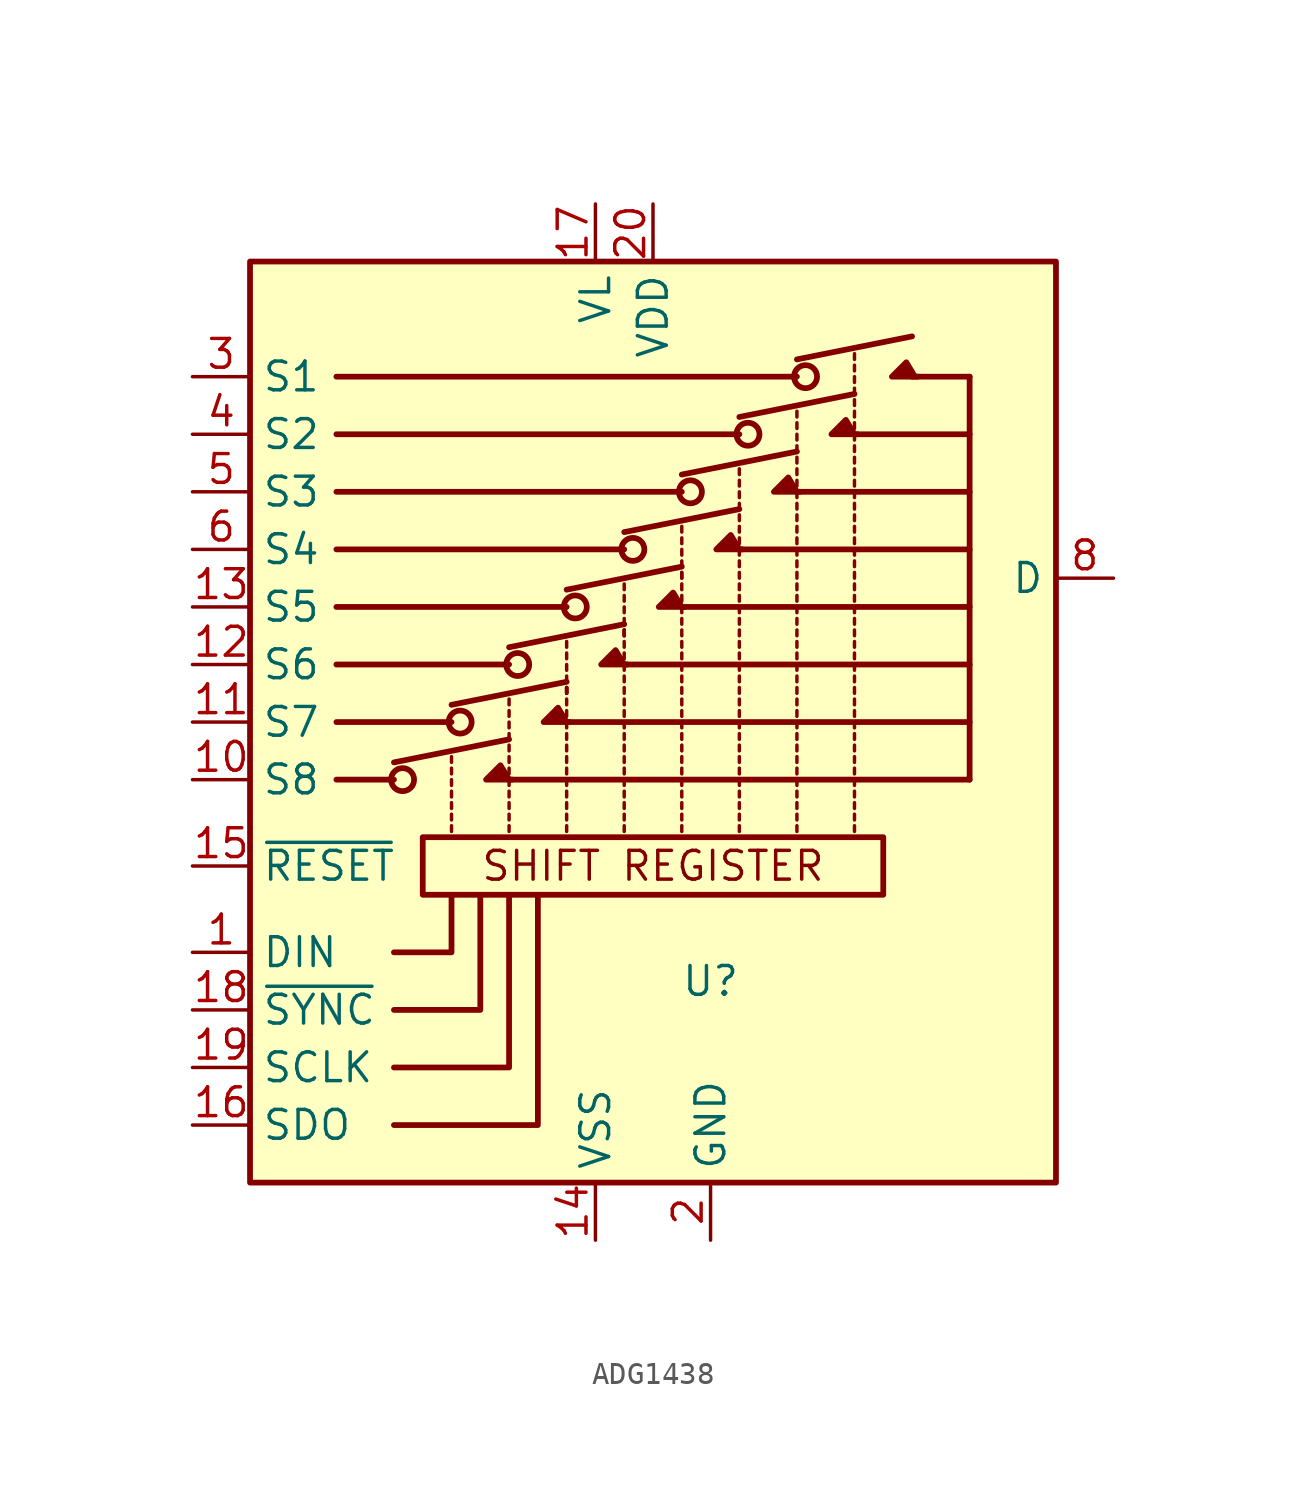
<source format=kicad_sym>
(kicad_symbol_lib
  (version 20220914)
  (generator kicad_symbol_editor)
  (symbol "ADG1438"
    (property "Reference" "U"
      (at 2.54 -12.7 0)
      (effects (font (size 1.27 1.27))))
    (property "Value" ""
      (at 0 0 0)
      (effects (font (size 1.27 1.27))))
    (symbol "ADG1438_1_0"
      (polyline (pts (xy -11.43 -19.05) (xy -5.08 -19.05) (xy -5.08 -8.89)) (stroke (width 0.254) (type default)) (fill (type none)))
      (polyline (pts (xy -11.43 -16.51) (xy -6.35 -16.51) (xy -6.35 -8.89)) (stroke (width 0.254) (type default)) (fill (type none)))
      (polyline (pts (xy -11.43 -11.43) (xy -8.89 -11.43) (xy -8.89 -8.89)) (stroke (width 0.254) (type default)) (fill (type none)))
      (polyline (pts (xy -11.43 -13.97) (xy -7.62 -13.97) (xy -7.62 -11.43) (xy -7.62 -8.89)) (stroke (width 0.254) (type default)) (fill (type none)))
      (polyline (pts (xy -6.223 -3.81) (xy -7.366 -3.81) (xy -6.731 -3.175) (xy -6.35 -3.81)) (stroke (width 0.254) (type default)) (fill (type outline)))
      (polyline (pts (xy -3.683 -1.27) (xy -4.826 -1.27) (xy -4.191 -0.635) (xy -3.81 -1.27)) (stroke (width 0.254) (type default)) (fill (type outline)))
      (polyline (pts (xy -1.143 1.27) (xy -2.286 1.27) (xy -1.651 1.905) (xy -1.27 1.27)) (stroke (width 0.254) (type default)) (fill (type outline)))
      (polyline (pts (xy 1.397 3.81) (xy 0.254 3.81) (xy 0.889 4.445) (xy 1.27 3.81)) (stroke (width 0.254) (type default)) (fill (type outline)))
      (polyline (pts (xy 3.937 6.35) (xy 2.794 6.35) (xy 3.429 6.985) (xy 3.81 6.35)) (stroke (width 0.254) (type default)) (fill (type outline)))
      (polyline (pts (xy 6.477 8.89) (xy 5.334 8.89) (xy 5.969 9.525) (xy 6.35 8.89)) (stroke (width 0.254) (type default)) (fill (type outline)))
      (polyline (pts (xy 9.017 11.43) (xy 7.874 11.43) (xy 8.509 12.065) (xy 8.89 11.43)) (stroke (width 0.254) (type default)) (fill (type outline)))
      (polyline (pts (xy 11.684 13.97) (xy 10.541 13.97) (xy 11.176 14.605) (xy 11.557 13.97)) (stroke (width 0.254) (type default)) (fill (type outline)))
      (text "SHIFT REGISTER" (at 0 -7.62 0) (effects (font (size 1.27 1.27)))))
    (symbol "ADG1438_1_1"
      (rectangle (start -17.78 19.05) (end 17.78 -21.59) (stroke (width 0.254) (type default)) (fill (type background)))
      (circle (center -11.049 -3.81) (radius 0.508) (stroke (width 0.254) (type default)) (fill (type none)))
      (rectangle (start -10.16 -6.35) (end 10.16 -8.89) (stroke (width 0.254) (type default)) (fill (type none)))
      (circle (center -8.509 -1.27) (radius 0.508) (stroke (width 0.254) (type default)) (fill (type none)))
      (circle (center -5.969 1.27) (radius 0.508) (stroke (width 0.254) (type default)) (fill (type none)))
      (circle (center -3.429 3.81) (radius 0.508) (stroke (width 0.254) (type default)) (fill (type none)))
      (circle (center -0.889 6.35) (radius 0.508) (stroke (width 0.254) (type default)) (fill (type none)))
      (polyline (pts (xy -11.43 -3.81) (xy -13.97 -3.81)) (stroke (width 0.254) (type default)) (fill (type none)))
      (polyline (pts (xy -11.43 -3.048) (xy -6.35 -2.032)) (stroke (width 0.254) (type default)) (fill (type none)))
      (polyline (pts (xy -8.89 -6.096) (xy -8.89 -5.842)) (stroke (width 0) (type default)) (fill (type none)))
      (polyline (pts (xy -8.89 -5.588) (xy -8.89 -5.334)) (stroke (width 0) (type default)) (fill (type none)))
      (polyline (pts (xy -8.89 -5.08) (xy -8.89 -4.826)) (stroke (width 0) (type default)) (fill (type none)))
      (polyline (pts (xy -8.89 -4.572) (xy -8.89 -4.318)) (stroke (width 0) (type default)) (fill (type none)))
      (polyline (pts (xy -8.89 -4.064) (xy -8.89 -3.81)) (stroke (width 0) (type default)) (fill (type none)))
      (polyline (pts (xy -8.89 -3.556) (xy -8.89 -3.302)) (stroke (width 0) (type default)) (fill (type none)))
      (polyline (pts (xy -8.89 -3.048) (xy -8.89 -2.794)) (stroke (width 0) (type default)) (fill (type none)))
      (polyline (pts (xy -8.89 -1.27) (xy -13.97 -1.27)) (stroke (width 0.254) (type default)) (fill (type none)))
      (polyline (pts (xy -8.89 -0.508) (xy -3.81 0.508)) (stroke (width 0.254) (type default)) (fill (type none)))
      (polyline (pts (xy -6.35 -6.096) (xy -6.35 -5.842)) (stroke (width 0) (type default)) (fill (type none)))
      (polyline (pts (xy -6.35 -5.588) (xy -6.35 -5.334)) (stroke (width 0) (type default)) (fill (type none)))
      (polyline (pts (xy -6.35 -5.08) (xy -6.35 -4.826)) (stroke (width 0) (type default)) (fill (type none)))
      (polyline (pts (xy -6.35 -4.572) (xy -6.35 -4.318)) (stroke (width 0) (type default)) (fill (type none)))
      (polyline (pts (xy -6.35 -4.064) (xy -6.35 -3.81)) (stroke (width 0) (type default)) (fill (type none)))
      (polyline (pts (xy -6.35 -3.81) (xy 13.97 -3.81)) (stroke (width 0.254) (type default)) (fill (type none)))
      (polyline (pts (xy -6.35 -3.556) (xy -6.35 -3.302)) (stroke (width 0) (type default)) (fill (type none)))
      (polyline (pts (xy -6.35 -3.048) (xy -6.35 -2.794)) (stroke (width 0) (type default)) (fill (type none)))
      (polyline (pts (xy -6.35 -2.54) (xy -6.35 -2.286)) (stroke (width 0) (type default)) (fill (type none)))
      (polyline (pts (xy -6.35 -2.032) (xy -6.35 -1.778)) (stroke (width 0) (type default)) (fill (type none)))
      (polyline (pts (xy -6.35 -1.524) (xy -6.35 -1.27)) (stroke (width 0) (type default)) (fill (type none)))
      (polyline (pts (xy -6.35 -1.016) (xy -6.35 -0.762)) (stroke (width 0) (type default)) (fill (type none)))
      (polyline (pts (xy -6.35 -0.508) (xy -6.35 -0.254)) (stroke (width 0) (type default)) (fill (type none)))
      (polyline (pts (xy -6.35 1.27) (xy -13.97 1.27)) (stroke (width 0.254) (type default)) (fill (type none)))
      (polyline (pts (xy -6.35 2.032) (xy -1.27 3.048)) (stroke (width 0.254) (type default)) (fill (type none)))
      (polyline (pts (xy -3.81 -6.096) (xy -3.81 -5.842)) (stroke (width 0) (type default)) (fill (type none)))
      (polyline (pts (xy -3.81 -5.588) (xy -3.81 -5.334)) (stroke (width 0) (type default)) (fill (type none)))
      (polyline (pts (xy -3.81 -5.08) (xy -3.81 -4.826)) (stroke (width 0) (type default)) (fill (type none)))
      (polyline (pts (xy -3.81 -4.572) (xy -3.81 -4.318)) (stroke (width 0) (type default)) (fill (type none)))
      (polyline (pts (xy -3.81 -4.064) (xy -3.81 -3.81)) (stroke (width 0) (type default)) (fill (type none)))
      (polyline (pts (xy -3.81 -3.556) (xy -3.81 -3.302)) (stroke (width 0) (type default)) (fill (type none)))
      (polyline (pts (xy -3.81 -3.048) (xy -3.81 -2.794)) (stroke (width 0) (type default)) (fill (type none)))
      (polyline (pts (xy -3.81 -2.54) (xy -3.81 -2.286)) (stroke (width 0) (type default)) (fill (type none)))
      (polyline (pts (xy -3.81 -2.032) (xy -3.81 -1.778)) (stroke (width 0) (type default)) (fill (type none)))
      (polyline (pts (xy -3.81 -1.524) (xy -3.81 -1.27)) (stroke (width 0) (type default)) (fill (type none)))
      (polyline (pts (xy -3.81 -1.27) (xy 13.97 -1.27)) (stroke (width 0.254) (type default)) (fill (type none)))
      (polyline (pts (xy -3.81 -1.016) (xy -3.81 -0.762)) (stroke (width 0) (type default)) (fill (type none)))
      (polyline (pts (xy -3.81 -0.508) (xy -3.81 -0.254)) (stroke (width 0) (type default)) (fill (type none)))
      (polyline (pts (xy -3.81 0) (xy -3.81 0.254)) (stroke (width 0) (type default)) (fill (type none)))
      (polyline (pts (xy -3.81 0) (xy -3.81 0.254)) (stroke (width 0) (type default)) (fill (type none)))
      (polyline (pts (xy -3.81 0) (xy -3.81 0.254)) (stroke (width 0) (type default)) (fill (type none)))
      (polyline (pts (xy -3.81 0) (xy -3.81 0.254)) (stroke (width 0) (type default)) (fill (type none)))
      (polyline (pts (xy -3.81 0.508) (xy -3.81 0.762)) (stroke (width 0) (type default)) (fill (type none)))
      (polyline (pts (xy -3.81 1.016) (xy -3.81 1.27)) (stroke (width 0) (type default)) (fill (type none)))
      (polyline (pts (xy -3.81 1.524) (xy -3.81 1.778)) (stroke (width 0) (type default)) (fill (type none)))
      (polyline (pts (xy -3.81 2.032) (xy -3.81 2.286)) (stroke (width 0) (type default)) (fill (type none)))
      (polyline (pts (xy -3.81 3.81) (xy -13.97 3.81)) (stroke (width 0.254) (type default)) (fill (type none)))
      (polyline (pts (xy -3.81 4.572) (xy 1.27 5.588)) (stroke (width 0.254) (type default)) (fill (type none)))
      (polyline (pts (xy -1.27 -6.096) (xy -1.27 -5.842)) (stroke (width 0) (type default)) (fill (type none)))
      (polyline (pts (xy -1.27 -5.588) (xy -1.27 -5.334)) (stroke (width 0) (type default)) (fill (type none)))
      (polyline (pts (xy -1.27 -5.08) (xy -1.27 -4.826)) (stroke (width 0) (type default)) (fill (type none)))
      (polyline (pts (xy -1.27 -4.572) (xy -1.27 -4.318)) (stroke (width 0) (type default)) (fill (type none)))
      (polyline (pts (xy -1.27 -4.064) (xy -1.27 -3.81)) (stroke (width 0) (type default)) (fill (type none)))
      (polyline (pts (xy -1.27 -3.556) (xy -1.27 -3.302)) (stroke (width 0) (type default)) (fill (type none)))
      (polyline (pts (xy -1.27 -3.048) (xy -1.27 -2.794)) (stroke (width 0) (type default)) (fill (type none)))
      (polyline (pts (xy -1.27 -2.54) (xy -1.27 -2.286)) (stroke (width 0) (type default)) (fill (type none)))
      (polyline (pts (xy -1.27 -2.032) (xy -1.27 -1.778)) (stroke (width 0) (type default)) (fill (type none)))
      (polyline (pts (xy -1.27 -1.524) (xy -1.27 -1.27)) (stroke (width 0) (type default)) (fill (type none)))
      (polyline (pts (xy -1.27 -1.016) (xy -1.27 -0.762)) (stroke (width 0) (type default)) (fill (type none)))
      (polyline (pts (xy -1.27 -0.508) (xy -1.27 -0.254)) (stroke (width 0) (type default)) (fill (type none)))
      (polyline (pts (xy -1.27 0) (xy -1.27 0.254)) (stroke (width 0) (type default)) (fill (type none)))
      (polyline (pts (xy -1.27 0.508) (xy -1.27 0.762)) (stroke (width 0) (type default)) (fill (type none)))
      (polyline (pts (xy -1.27 1.016) (xy -1.27 1.27)) (stroke (width 0) (type default)) (fill (type none)))
      (polyline (pts (xy -1.27 1.27) (xy 13.97 1.27)) (stroke (width 0.254) (type default)) (fill (type none)))
      (polyline (pts (xy -1.27 1.524) (xy -1.27 1.778)) (stroke (width 0) (type default)) (fill (type none)))
      (polyline (pts (xy -1.27 2.032) (xy -1.27 2.286)) (stroke (width 0) (type default)) (fill (type none)))
      (polyline (pts (xy -1.27 2.54) (xy -1.27 2.794)) (stroke (width 0) (type default)) (fill (type none)))
      (polyline (pts (xy -1.27 2.54) (xy -1.27 2.794)) (stroke (width 0) (type default)) (fill (type none)))
      (polyline (pts (xy -1.27 2.54) (xy -1.27 2.794)) (stroke (width 0) (type default)) (fill (type none)))
      (polyline (pts (xy -1.27 3.048) (xy -1.27 3.302)) (stroke (width 0) (type default)) (fill (type none)))
      (polyline (pts (xy -1.27 3.556) (xy -1.27 3.81)) (stroke (width 0) (type default)) (fill (type none)))
      (polyline (pts (xy -1.27 4.064) (xy -1.27 4.318)) (stroke (width 0) (type default)) (fill (type none)))
      (polyline (pts (xy -1.27 4.572) (xy -1.27 4.826)) (stroke (width 0) (type default)) (fill (type none)))
      (polyline (pts (xy -1.27 6.35) (xy -13.97 6.35)) (stroke (width 0.254) (type default)) (fill (type none)))
      (polyline (pts (xy -1.27 7.112) (xy 3.81 8.128)) (stroke (width 0.254) (type default)) (fill (type none)))
      (polyline (pts (xy 1.27 -6.096) (xy 1.27 -5.842)) (stroke (width 0) (type default)) (fill (type none)))
      (polyline (pts (xy 1.27 -5.588) (xy 1.27 -5.334)) (stroke (width 0) (type default)) (fill (type none)))
      (polyline (pts (xy 1.27 -5.08) (xy 1.27 -4.826)) (stroke (width 0) (type default)) (fill (type none)))
      (polyline (pts (xy 1.27 -4.572) (xy 1.27 -4.318)) (stroke (width 0) (type default)) (fill (type none)))
      (polyline (pts (xy 1.27 -4.064) (xy 1.27 -3.81)) (stroke (width 0) (type default)) (fill (type none)))
      (polyline (pts (xy 1.27 -3.556) (xy 1.27 -3.302)) (stroke (width 0) (type default)) (fill (type none)))
      (polyline (pts (xy 1.27 -3.048) (xy 1.27 -2.794)) (stroke (width 0) (type default)) (fill (type none)))
      (polyline (pts (xy 1.27 -2.54) (xy 1.27 -2.286)) (stroke (width 0) (type default)) (fill (type none)))
      (polyline (pts (xy 1.27 -2.032) (xy 1.27 -1.778)) (stroke (width 0) (type default)) (fill (type none)))
      (polyline (pts (xy 1.27 -1.524) (xy 1.27 -1.27)) (stroke (width 0) (type default)) (fill (type none)))
      (polyline (pts (xy 1.27 -1.016) (xy 1.27 -0.762)) (stroke (width 0) (type default)) (fill (type none)))
      (polyline (pts (xy 1.27 -0.508) (xy 1.27 -0.254)) (stroke (width 0) (type default)) (fill (type none)))
      (polyline (pts (xy 1.27 0) (xy 1.27 0.254)) (stroke (width 0) (type default)) (fill (type none)))
      (polyline (pts (xy 1.27 0.508) (xy 1.27 0.762)) (stroke (width 0) (type default)) (fill (type none)))
      (polyline (pts (xy 1.27 1.016) (xy 1.27 1.27)) (stroke (width 0) (type default)) (fill (type none)))
      (polyline (pts (xy 1.27 1.524) (xy 1.27 1.778)) (stroke (width 0) (type default)) (fill (type none)))
      (polyline (pts (xy 1.27 2.032) (xy 1.27 2.286)) (stroke (width 0) (type default)) (fill (type none)))
      (polyline (pts (xy 1.27 2.54) (xy 1.27 2.794)) (stroke (width 0) (type default)) (fill (type none)))
      (polyline (pts (xy 1.27 3.048) (xy 1.27 3.302)) (stroke (width 0) (type default)) (fill (type none)))
      (polyline (pts (xy 1.27 3.556) (xy 1.27 3.81)) (stroke (width 0) (type default)) (fill (type none)))
      (polyline (pts (xy 1.27 3.81) (xy 13.97 3.81)) (stroke (width 0.254) (type default)) (fill (type none)))
      (polyline (pts (xy 1.27 4.064) (xy 1.27 4.318)) (stroke (width 0) (type default)) (fill (type none)))
      (polyline (pts (xy 1.27 4.572) (xy 1.27 4.826)) (stroke (width 0) (type default)) (fill (type none)))
      (polyline (pts (xy 1.27 5.08) (xy 1.27 5.334)) (stroke (width 0) (type default)) (fill (type none)))
      (polyline (pts (xy 1.27 5.08) (xy 1.27 5.334)) (stroke (width 0) (type default)) (fill (type none)))
      (polyline (pts (xy 1.27 5.588) (xy 1.27 5.842)) (stroke (width 0) (type default)) (fill (type none)))
      (polyline (pts (xy 1.27 6.096) (xy 1.27 6.35)) (stroke (width 0) (type default)) (fill (type none)))
      (polyline (pts (xy 1.27 6.604) (xy 1.27 6.858)) (stroke (width 0) (type default)) (fill (type none)))
      (polyline (pts (xy 1.27 7.112) (xy 1.27 7.366)) (stroke (width 0) (type default)) (fill (type none)))
      (polyline (pts (xy 1.27 8.89) (xy -13.97 8.89)) (stroke (width 0.254) (type default)) (fill (type none)))
      (polyline (pts (xy 1.27 9.652) (xy 6.35 10.668)) (stroke (width 0.254) (type default)) (fill (type none)))
      (polyline (pts (xy 3.81 -6.096) (xy 3.81 -5.842)) (stroke (width 0) (type default)) (fill (type none)))
      (polyline (pts (xy 3.81 -5.588) (xy 3.81 -5.334)) (stroke (width 0) (type default)) (fill (type none)))
      (polyline (pts (xy 3.81 -5.08) (xy 3.81 -4.826)) (stroke (width 0) (type default)) (fill (type none)))
      (polyline (pts (xy 3.81 -4.572) (xy 3.81 -4.318)) (stroke (width 0) (type default)) (fill (type none)))
      (polyline (pts (xy 3.81 -4.064) (xy 3.81 -3.81)) (stroke (width 0) (type default)) (fill (type none)))
      (polyline (pts (xy 3.81 -3.556) (xy 3.81 -3.302)) (stroke (width 0) (type default)) (fill (type none)))
      (polyline (pts (xy 3.81 -3.048) (xy 3.81 -2.794)) (stroke (width 0) (type default)) (fill (type none)))
      (polyline (pts (xy 3.81 -2.54) (xy 3.81 -2.286)) (stroke (width 0) (type default)) (fill (type none)))
      (polyline (pts (xy 3.81 -2.032) (xy 3.81 -1.778)) (stroke (width 0) (type default)) (fill (type none)))
      (polyline (pts (xy 3.81 -1.524) (xy 3.81 -1.27)) (stroke (width 0) (type default)) (fill (type none)))
      (polyline (pts (xy 3.81 -1.016) (xy 3.81 -0.762)) (stroke (width 0) (type default)) (fill (type none)))
      (polyline (pts (xy 3.81 -0.508) (xy 3.81 -0.254)) (stroke (width 0) (type default)) (fill (type none)))
      (polyline (pts (xy 3.81 0) (xy 3.81 0.254)) (stroke (width 0) (type default)) (fill (type none)))
      (polyline (pts (xy 3.81 0.508) (xy 3.81 0.762)) (stroke (width 0) (type default)) (fill (type none)))
      (polyline (pts (xy 3.81 1.016) (xy 3.81 1.27)) (stroke (width 0) (type default)) (fill (type none)))
      (polyline (pts (xy 3.81 1.524) (xy 3.81 1.778)) (stroke (width 0) (type default)) (fill (type none)))
      (polyline (pts (xy 3.81 2.032) (xy 3.81 2.286)) (stroke (width 0) (type default)) (fill (type none)))
      (polyline (pts (xy 3.81 2.54) (xy 3.81 2.794)) (stroke (width 0) (type default)) (fill (type none)))
      (polyline (pts (xy 3.81 3.048) (xy 3.81 3.302)) (stroke (width 0) (type default)) (fill (type none)))
      (polyline (pts (xy 3.81 3.556) (xy 3.81 3.81)) (stroke (width 0) (type default)) (fill (type none)))
      (polyline (pts (xy 3.81 4.064) (xy 3.81 4.318)) (stroke (width 0) (type default)) (fill (type none)))
      (polyline (pts (xy 3.81 4.572) (xy 3.81 4.826)) (stroke (width 0) (type default)) (fill (type none)))
      (polyline (pts (xy 3.81 5.08) (xy 3.81 5.334)) (stroke (width 0) (type default)) (fill (type none)))
      (polyline (pts (xy 3.81 5.588) (xy 3.81 5.842)) (stroke (width 0) (type default)) (fill (type none)))
      (polyline (pts (xy 3.81 6.096) (xy 3.81 6.35)) (stroke (width 0) (type default)) (fill (type none)))
      (polyline (pts (xy 3.81 6.35) (xy 13.97 6.35)) (stroke (width 0.254) (type default)) (fill (type none)))
      (polyline (pts (xy 3.81 6.604) (xy 3.81 6.858)) (stroke (width 0) (type default)) (fill (type none)))
      (polyline (pts (xy 3.81 7.112) (xy 3.81 7.366)) (stroke (width 0) (type default)) (fill (type none)))
      (polyline (pts (xy 3.81 7.62) (xy 3.81 7.874)) (stroke (width 0) (type default)) (fill (type none)))
      (polyline (pts (xy 3.81 8.128) (xy 3.81 8.382)) (stroke (width 0) (type default)) (fill (type none)))
      (polyline (pts (xy 3.81 8.636) (xy 3.81 8.89)) (stroke (width 0) (type default)) (fill (type none)))
      (polyline (pts (xy 3.81 9.144) (xy 3.81 9.398)) (stroke (width 0) (type default)) (fill (type none)))
      (polyline (pts (xy 3.81 9.652) (xy 3.81 9.906)) (stroke (width 0) (type default)) (fill (type none)))
      (polyline (pts (xy 3.81 11.43) (xy -13.97 11.43)) (stroke (width 0.254) (type default)) (fill (type none)))
      (polyline (pts (xy 3.81 12.192) (xy 8.89 13.208)) (stroke (width 0.254) (type default)) (fill (type none)))
      (polyline (pts (xy 6.35 -6.096) (xy 6.35 -5.842)) (stroke (width 0) (type default)) (fill (type none)))
      (polyline (pts (xy 6.35 -5.588) (xy 6.35 -5.334)) (stroke (width 0) (type default)) (fill (type none)))
      (polyline (pts (xy 6.35 -5.08) (xy 6.35 -4.826)) (stroke (width 0) (type default)) (fill (type none)))
      (polyline (pts (xy 6.35 -4.572) (xy 6.35 -4.318)) (stroke (width 0) (type default)) (fill (type none)))
      (polyline (pts (xy 6.35 -4.064) (xy 6.35 -3.81)) (stroke (width 0) (type default)) (fill (type none)))
      (polyline (pts (xy 6.35 -3.556) (xy 6.35 -3.302)) (stroke (width 0) (type default)) (fill (type none)))
      (polyline (pts (xy 6.35 -3.048) (xy 6.35 -2.794)) (stroke (width 0) (type default)) (fill (type none)))
      (polyline (pts (xy 6.35 -2.54) (xy 6.35 -2.286)) (stroke (width 0) (type default)) (fill (type none)))
      (polyline (pts (xy 6.35 -2.032) (xy 6.35 -1.778)) (stroke (width 0) (type default)) (fill (type none)))
      (polyline (pts (xy 6.35 -1.524) (xy 6.35 -1.27)) (stroke (width 0) (type default)) (fill (type none)))
      (polyline (pts (xy 6.35 -1.016) (xy 6.35 -0.762)) (stroke (width 0) (type default)) (fill (type none)))
      (polyline (pts (xy 6.35 -0.508) (xy 6.35 -0.254)) (stroke (width 0) (type default)) (fill (type none)))
      (polyline (pts (xy 6.35 0) (xy 6.35 0.254)) (stroke (width 0) (type default)) (fill (type none)))
      (polyline (pts (xy 6.35 0.508) (xy 6.35 0.762)) (stroke (width 0) (type default)) (fill (type none)))
      (polyline (pts (xy 6.35 1.016) (xy 6.35 1.27)) (stroke (width 0) (type default)) (fill (type none)))
      (polyline (pts (xy 6.35 1.524) (xy 6.35 1.778)) (stroke (width 0) (type default)) (fill (type none)))
      (polyline (pts (xy 6.35 2.032) (xy 6.35 2.286)) (stroke (width 0) (type default)) (fill (type none)))
      (polyline (pts (xy 6.35 2.54) (xy 6.35 2.794)) (stroke (width 0) (type default)) (fill (type none)))
      (polyline (pts (xy 6.35 3.048) (xy 6.35 3.302)) (stroke (width 0) (type default)) (fill (type none)))
      (polyline (pts (xy 6.35 3.556) (xy 6.35 3.81)) (stroke (width 0) (type default)) (fill (type none)))
      (polyline (pts (xy 6.35 4.064) (xy 6.35 4.318)) (stroke (width 0) (type default)) (fill (type none)))
      (polyline (pts (xy 6.35 4.572) (xy 6.35 4.826)) (stroke (width 0) (type default)) (fill (type none)))
      (polyline (pts (xy 6.35 5.08) (xy 6.35 5.334)) (stroke (width 0) (type default)) (fill (type none)))
      (polyline (pts (xy 6.35 5.588) (xy 6.35 5.842)) (stroke (width 0) (type default)) (fill (type none)))
      (polyline (pts (xy 6.35 6.096) (xy 6.35 6.35)) (stroke (width 0) (type default)) (fill (type none)))
      (polyline (pts (xy 6.35 6.604) (xy 6.35 6.858)) (stroke (width 0) (type default)) (fill (type none)))
      (polyline (pts (xy 6.35 7.112) (xy 6.35 7.366)) (stroke (width 0) (type default)) (fill (type none)))
      (polyline (pts (xy 6.35 7.62) (xy 6.35 7.874)) (stroke (width 0) (type default)) (fill (type none)))
      (polyline (pts (xy 6.35 8.128) (xy 6.35 8.382)) (stroke (width 0) (type default)) (fill (type none)))
      (polyline (pts (xy 6.35 8.636) (xy 6.35 8.89)) (stroke (width 0) (type default)) (fill (type none)))
      (polyline (pts (xy 6.35 8.89) (xy 13.97 8.89)) (stroke (width 0.254) (type default)) (fill (type none)))
      (polyline (pts (xy 6.35 9.144) (xy 6.35 9.398)) (stroke (width 0) (type default)) (fill (type none)))
      (polyline (pts (xy 6.35 9.652) (xy 6.35 9.906)) (stroke (width 0) (type default)) (fill (type none)))
      (polyline (pts (xy 6.35 10.16) (xy 6.35 10.414)) (stroke (width 0) (type default)) (fill (type none)))
      (polyline (pts (xy 6.35 10.668) (xy 6.35 10.922)) (stroke (width 0) (type default)) (fill (type none)))
      (polyline (pts (xy 6.35 11.176) (xy 6.35 11.43)) (stroke (width 0) (type default)) (fill (type none)))
      (polyline (pts (xy 6.35 11.684) (xy 6.35 11.938)) (stroke (width 0) (type default)) (fill (type none)))
      (polyline (pts (xy 6.35 12.192) (xy 6.35 12.446)) (stroke (width 0) (type default)) (fill (type none)))
      (polyline (pts (xy 6.35 13.97) (xy -13.97 13.97)) (stroke (width 0.254) (type default)) (fill (type none)))
      (polyline (pts (xy 6.35 14.732) (xy 11.43 15.748)) (stroke (width 0.254) (type default)) (fill (type none)))
      (polyline (pts (xy 8.89 -6.096) (xy 8.89 -5.842)) (stroke (width 0) (type default)) (fill (type none)))
      (polyline (pts (xy 8.89 -5.588) (xy 8.89 -5.334)) (stroke (width 0) (type default)) (fill (type none)))
      (polyline (pts (xy 8.89 -5.08) (xy 8.89 -4.826)) (stroke (width 0) (type default)) (fill (type none)))
      (polyline (pts (xy 8.89 -4.572) (xy 8.89 -4.318)) (stroke (width 0) (type default)) (fill (type none)))
      (polyline (pts (xy 8.89 -4.064) (xy 8.89 -3.81)) (stroke (width 0) (type default)) (fill (type none)))
      (polyline (pts (xy 8.89 -3.556) (xy 8.89 -3.302)) (stroke (width 0) (type default)) (fill (type none)))
      (polyline (pts (xy 8.89 -3.048) (xy 8.89 -2.794)) (stroke (width 0) (type default)) (fill (type none)))
      (polyline (pts (xy 8.89 -2.54) (xy 8.89 -2.286)) (stroke (width 0) (type default)) (fill (type none)))
      (polyline (pts (xy 8.89 -2.032) (xy 8.89 -1.778)) (stroke (width 0) (type default)) (fill (type none)))
      (polyline (pts (xy 8.89 -1.524) (xy 8.89 -1.27)) (stroke (width 0) (type default)) (fill (type none)))
      (polyline (pts (xy 8.89 -1.016) (xy 8.89 -0.762)) (stroke (width 0) (type default)) (fill (type none)))
      (polyline (pts (xy 8.89 -0.508) (xy 8.89 -0.254)) (stroke (width 0) (type default)) (fill (type none)))
      (polyline (pts (xy 8.89 0) (xy 8.89 0.254)) (stroke (width 0) (type default)) (fill (type none)))
      (polyline (pts (xy 8.89 0.508) (xy 8.89 0.762)) (stroke (width 0) (type default)) (fill (type none)))
      (polyline (pts (xy 8.89 1.016) (xy 8.89 1.27)) (stroke (width 0) (type default)) (fill (type none)))
      (polyline (pts (xy 8.89 1.524) (xy 8.89 1.778)) (stroke (width 0) (type default)) (fill (type none)))
      (polyline (pts (xy 8.89 2.032) (xy 8.89 2.286)) (stroke (width 0) (type default)) (fill (type none)))
      (polyline (pts (xy 8.89 2.54) (xy 8.89 2.794)) (stroke (width 0) (type default)) (fill (type none)))
      (polyline (pts (xy 8.89 3.048) (xy 8.89 3.302)) (stroke (width 0) (type default)) (fill (type none)))
      (polyline (pts (xy 8.89 3.556) (xy 8.89 3.81)) (stroke (width 0) (type default)) (fill (type none)))
      (polyline (pts (xy 8.89 4.064) (xy 8.89 4.318)) (stroke (width 0) (type default)) (fill (type none)))
      (polyline (pts (xy 8.89 4.572) (xy 8.89 4.826)) (stroke (width 0) (type default)) (fill (type none)))
      (polyline (pts (xy 8.89 5.08) (xy 8.89 5.334)) (stroke (width 0) (type default)) (fill (type none)))
      (polyline (pts (xy 8.89 5.588) (xy 8.89 5.842)) (stroke (width 0) (type default)) (fill (type none)))
      (polyline (pts (xy 8.89 6.096) (xy 8.89 6.35)) (stroke (width 0) (type default)) (fill (type none)))
      (polyline (pts (xy 8.89 6.604) (xy 8.89 6.858)) (stroke (width 0) (type default)) (fill (type none)))
      (polyline (pts (xy 8.89 7.112) (xy 8.89 7.366)) (stroke (width 0) (type default)) (fill (type none)))
      (polyline (pts (xy 8.89 7.62) (xy 8.89 7.874)) (stroke (width 0) (type default)) (fill (type none)))
      (polyline (pts (xy 8.89 8.128) (xy 8.89 8.382)) (stroke (width 0) (type default)) (fill (type none)))
      (polyline (pts (xy 8.89 8.636) (xy 8.89 8.89)) (stroke (width 0) (type default)) (fill (type none)))
      (polyline (pts (xy 8.89 9.144) (xy 8.89 9.398)) (stroke (width 0) (type default)) (fill (type none)))
      (polyline (pts (xy 8.89 9.652) (xy 8.89 9.906)) (stroke (width 0) (type default)) (fill (type none)))
      (polyline (pts (xy 8.89 10.16) (xy 8.89 10.414)) (stroke (width 0) (type default)) (fill (type none)))
      (polyline (pts (xy 8.89 10.668) (xy 8.89 10.922)) (stroke (width 0) (type default)) (fill (type none)))
      (polyline (pts (xy 8.89 11.176) (xy 8.89 11.43)) (stroke (width 0) (type default)) (fill (type none)))
      (polyline (pts (xy 8.89 11.43) (xy 13.97 11.43)) (stroke (width 0.254) (type default)) (fill (type none)))
      (polyline (pts (xy 8.89 11.684) (xy 8.89 11.938)) (stroke (width 0) (type default)) (fill (type none)))
      (polyline (pts (xy 8.89 12.192) (xy 8.89 12.446)) (stroke (width 0) (type default)) (fill (type none)))
      (polyline (pts (xy 8.89 12.7) (xy 8.89 12.954)) (stroke (width 0) (type default)) (fill (type none)))
      (polyline (pts (xy 8.89 13.208) (xy 8.89 13.462)) (stroke (width 0) (type default)) (fill (type none)))
      (polyline (pts (xy 8.89 13.716) (xy 8.89 13.97)) (stroke (width 0) (type default)) (fill (type none)))
      (polyline (pts (xy 8.89 14.224) (xy 8.89 14.478)) (stroke (width 0) (type default)) (fill (type none)))
      (polyline (pts (xy 8.89 14.732) (xy 8.89 14.986)) (stroke (width 0) (type default)) (fill (type none)))
      (polyline (pts (xy 11.43 13.97) (xy 13.97 13.97)) (stroke (width 0.254) (type default)) (fill (type none)))
      (polyline (pts (xy 13.97 -3.81) (xy 13.97 13.97)) (stroke (width 0.254) (type default)) (fill (type none)))
      (circle (center 1.651 8.89) (radius 0.508) (stroke (width 0.254) (type default)) (fill (type none)))
      (circle (center 4.191 11.43) (radius 0.508) (stroke (width 0.254) (type default)) (fill (type none)))
      (circle (center 6.731 13.97) (radius 0.508) (stroke (width 0.254) (type default)) (fill (type none)))
      (pin input line (at -20.32 -11.43 0) (length 2.54) (name "DIN" (effects (font (size 1.27 1.27)))) (number "1" (effects (font (size 1.27 1.27)))))
      (pin passive line (at -20.32 -3.81 0) (length 2.54) (name "S8" (effects (font (size 1.27 1.27)))) (number "10" (effects (font (size 1.27 1.27)))))
      (pin passive line (at -20.32 -1.27 0) (length 2.54) (name "S7" (effects (font (size 1.27 1.27)))) (number "11" (effects (font (size 1.27 1.27)))))
      (pin passive line (at -20.32 1.27 0) (length 2.54) (name "S6" (effects (font (size 1.27 1.27)))) (number "12" (effects (font (size 1.27 1.27)))))
      (pin passive line (at -20.32 3.81 0) (length 2.54) (name "S5" (effects (font (size 1.27 1.27)))) (number "13" (effects (font (size 1.27 1.27)))))
      (pin power_in line (at -2.54 -24.13 90) (length 2.54) (name "VSS" (effects (font (size 1.27 1.27)))) (number "14" (effects (font (size 1.27 1.27)))))
      (pin input line (at -20.32 -7.62 0) (length 2.54) (name "~{RESET}" (effects (font (size 1.27 1.27)))) (number "15" (effects (font (size 1.27 1.27)))))
      (pin open_collector line (at -20.32 -19.05 0) (length 2.54) (name "SDO" (effects (font (size 1.27 1.27)))) (number "16" (effects (font (size 1.27 1.27)))))
      (pin power_in line (at -2.54 21.59 270) (length 2.54) (name "VL" (effects (font (size 1.27 1.27)))) (number "17" (effects (font (size 1.27 1.27)))))
      (pin input line (at -20.32 -13.97 0) (length 2.54) (name "~{SYNC}" (effects (font (size 1.27 1.27)))) (number "18" (effects (font (size 1.27 1.27)))))
      (pin input line (at -20.32 -16.51 0) (length 2.54) (name "SCLK" (effects (font (size 1.27 1.27)))) (number "19" (effects (font (size 1.27 1.27)))))
      (pin power_in line (at 2.54 -24.13 90) (length 2.54) (name "GND" (effects (font (size 1.27 1.27)))) (number "2" (effects (font (size 1.27 1.27)))))
      (pin power_in line (at 0 21.59 270) (length 2.54) (name "VDD" (effects (font (size 1.27 1.27)))) (number "20" (effects (font (size 1.27 1.27)))))
      (pin passive line (at -2.54 -24.13 90) (length 2.54) hide (name "EP" (effects (font (size 1.27 1.27)))) (number "21" (effects (font (size 1.27 1.27)))))
      (pin passive line (at -20.32 13.97 0) (length 2.54) (name "S1" (effects (font (size 1.27 1.27)))) (number "3" (effects (font (size 1.27 1.27)))))
      (pin passive line (at -20.32 11.43 0) (length 2.54) (name "S2" (effects (font (size 1.27 1.27)))) (number "4" (effects (font (size 1.27 1.27)))))
      (pin passive line (at -20.32 8.89 0) (length 2.54) (name "S3" (effects (font (size 1.27 1.27)))) (number "5" (effects (font (size 1.27 1.27)))))
      (pin passive line (at -20.32 6.35 0) (length 2.54) (name "S4" (effects (font (size 1.27 1.27)))) (number "6" (effects (font (size 1.27 1.27)))))
      (pin passive line (at 20.32 5.08 180) (length 2.54) (name "D" (effects (font (size 1.27 1.27)))) (number "8" (effects (font (size 1.27 1.27))))))))
</source>
